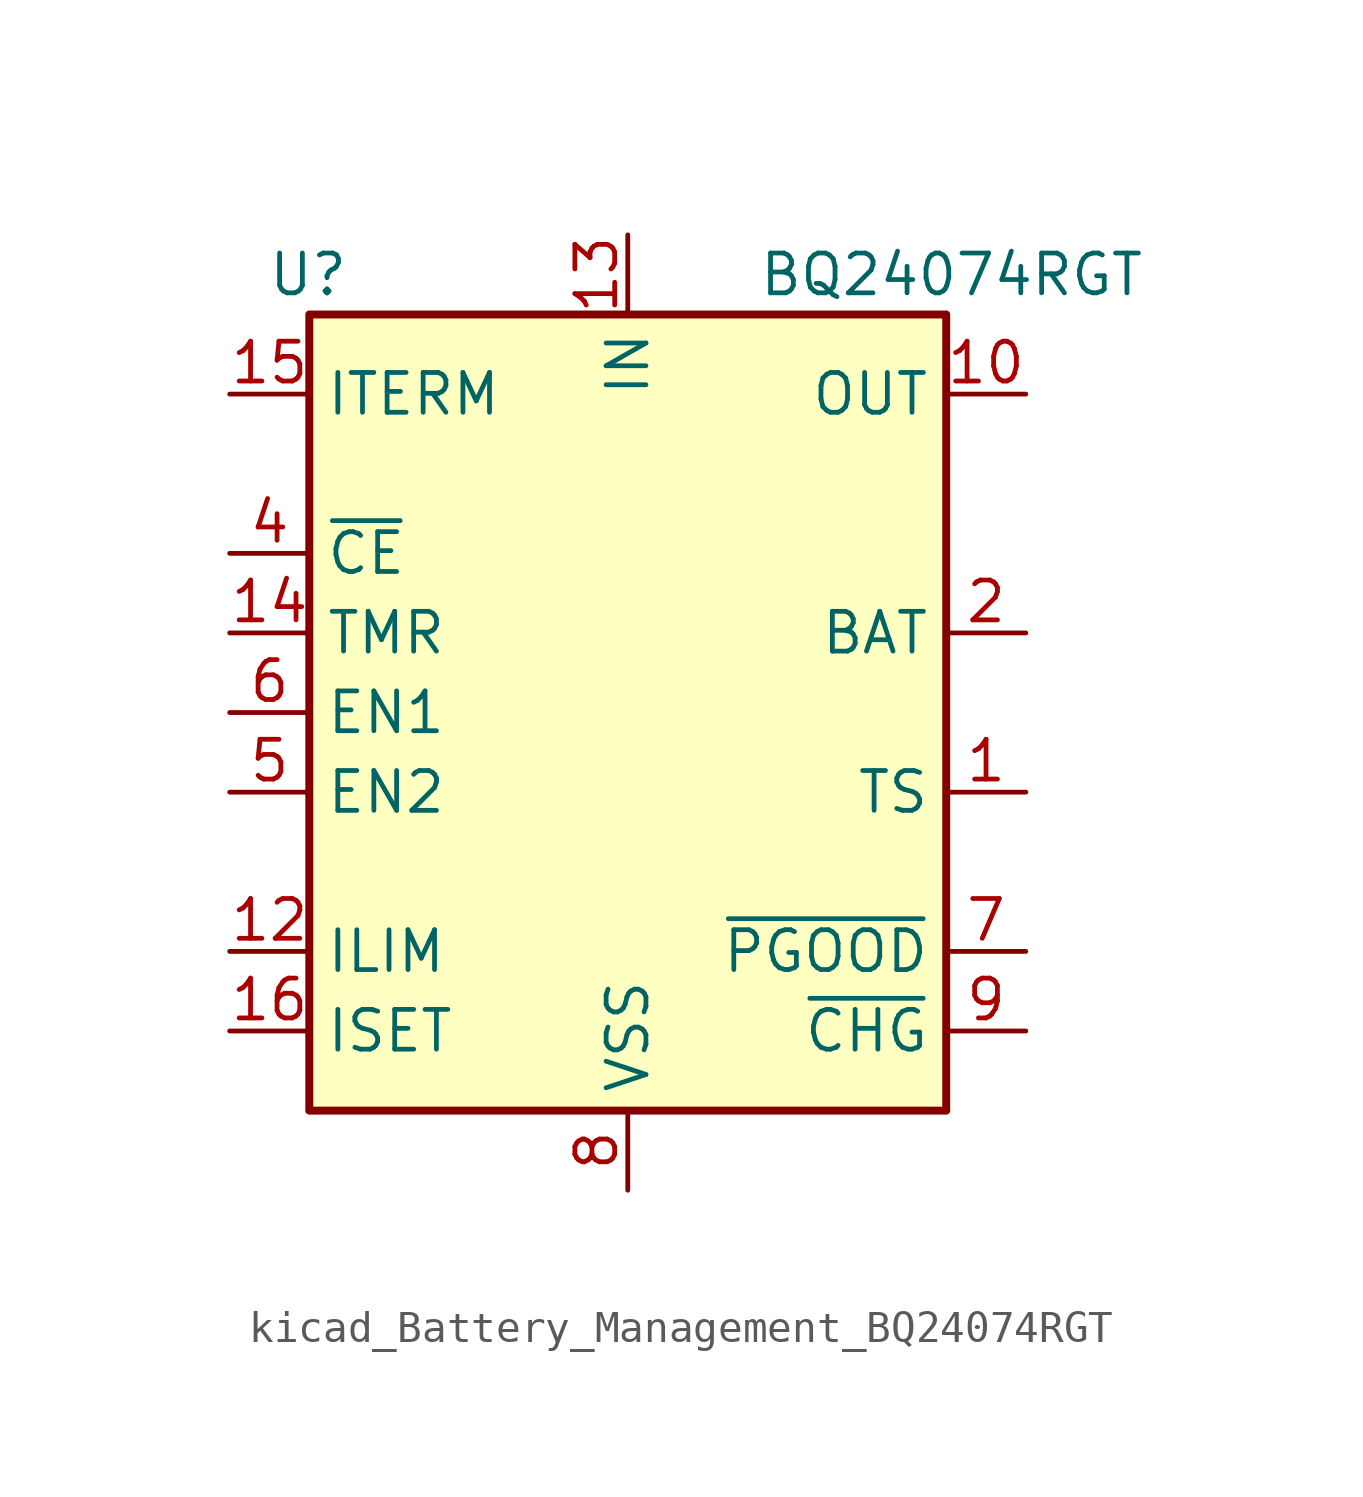
<source format=kicad_sym>
(kicad_symbol_lib
  (version 20220914)
  (generator kicad_symbol_editor)
  (symbol "kicad_Battery_Management_BQ24074RGT"
    (property "Reference" "U"
      (at -8.89 13.97 0)
      (effects (font (size 1.27 1.27)) (justify right)))
    (property "Value" "BQ24074RGT"
      (at 16.51 13.97 0)
      (effects (font (size 1.27 1.27)) (justify right)))
    (symbol "kicad_Battery_Management_BQ24074RGT_0_1"
      (rectangle (start -10.16 12.7) (end 10.16 -12.7) (stroke (width 0.254) (type default)) (fill (type background))))
    (symbol "kicad_Battery_Management_BQ24074RGT_1_1"
      (pin passive line (at 12.7 -2.54 180) (length 2.54) (name "TS" (effects (font (size 1.27 1.27)))) (number "1" (effects (font (size 1.27 1.27)))))
      (pin power_out line (at 12.7 10.16 180) (length 2.54) (name "OUT" (effects (font (size 1.27 1.27)))) (number "10" (effects (font (size 1.27 1.27)))))
      (pin passive line (at 12.7 10.16 180) (length 2.54) hide (name "OUT" (effects (font (size 1.27 1.27)))) (number "11" (effects (font (size 1.27 1.27)))))
      (pin passive line (at -12.7 -7.62 0) (length 2.54) (name "ILIM" (effects (font (size 1.27 1.27)))) (number "12" (effects (font (size 1.27 1.27)))))
      (pin power_in line (at 0 15.24 270) (length 2.54) (name "IN" (effects (font (size 1.27 1.27)))) (number "13" (effects (font (size 1.27 1.27)))))
      (pin input line (at -12.7 2.54 0) (length 2.54) (name "TMR" (effects (font (size 1.27 1.27)))) (number "14" (effects (font (size 1.27 1.27)))))
      (pin input line (at -12.7 10.16 0) (length 2.54) (name "ITERM" (effects (font (size 1.27 1.27)))) (number "15" (effects (font (size 1.27 1.27)))))
      (pin passive line (at -12.7 -10.16 0) (length 2.54) (name "ISET" (effects (font (size 1.27 1.27)))) (number "16" (effects (font (size 1.27 1.27)))))
      (pin passive line (at 0 -15.24 90) (length 2.54) hide (name "VSS" (effects (font (size 1.27 1.27)))) (number "17" (effects (font (size 1.27 1.27)))))
      (pin power_out line (at 12.7 2.54 180) (length 2.54) (name "BAT" (effects (font (size 1.27 1.27)))) (number "2" (effects (font (size 1.27 1.27)))))
      (pin passive line (at 12.7 2.54 180) (length 2.54) hide (name "BAT" (effects (font (size 1.27 1.27)))) (number "3" (effects (font (size 1.27 1.27)))))
      (pin input line (at -12.7 5.08 0) (length 2.54) (name "~{CE}" (effects (font (size 1.27 1.27)))) (number "4" (effects (font (size 1.27 1.27)))))
      (pin input line (at -12.7 -2.54 0) (length 2.54) (name "EN2" (effects (font (size 1.27 1.27)))) (number "5" (effects (font (size 1.27 1.27)))))
      (pin input line (at -12.7 0 0) (length 2.54) (name "EN1" (effects (font (size 1.27 1.27)))) (number "6" (effects (font (size 1.27 1.27)))))
      (pin open_collector line (at 12.7 -7.62 180) (length 2.54) (name "~{PGOOD}" (effects (font (size 1.27 1.27)))) (number "7" (effects (font (size 1.27 1.27)))))
      (pin power_in line (at 0 -15.24 90) (length 2.54) (name "VSS" (effects (font (size 1.27 1.27)))) (number "8" (effects (font (size 1.27 1.27)))))
      (pin open_collector line (at 12.7 -10.16 180) (length 2.54) (name "~{CHG}" (effects (font (size 1.27 1.27)))) (number "9" (effects (font (size 1.27 1.27))))))))
</source>
